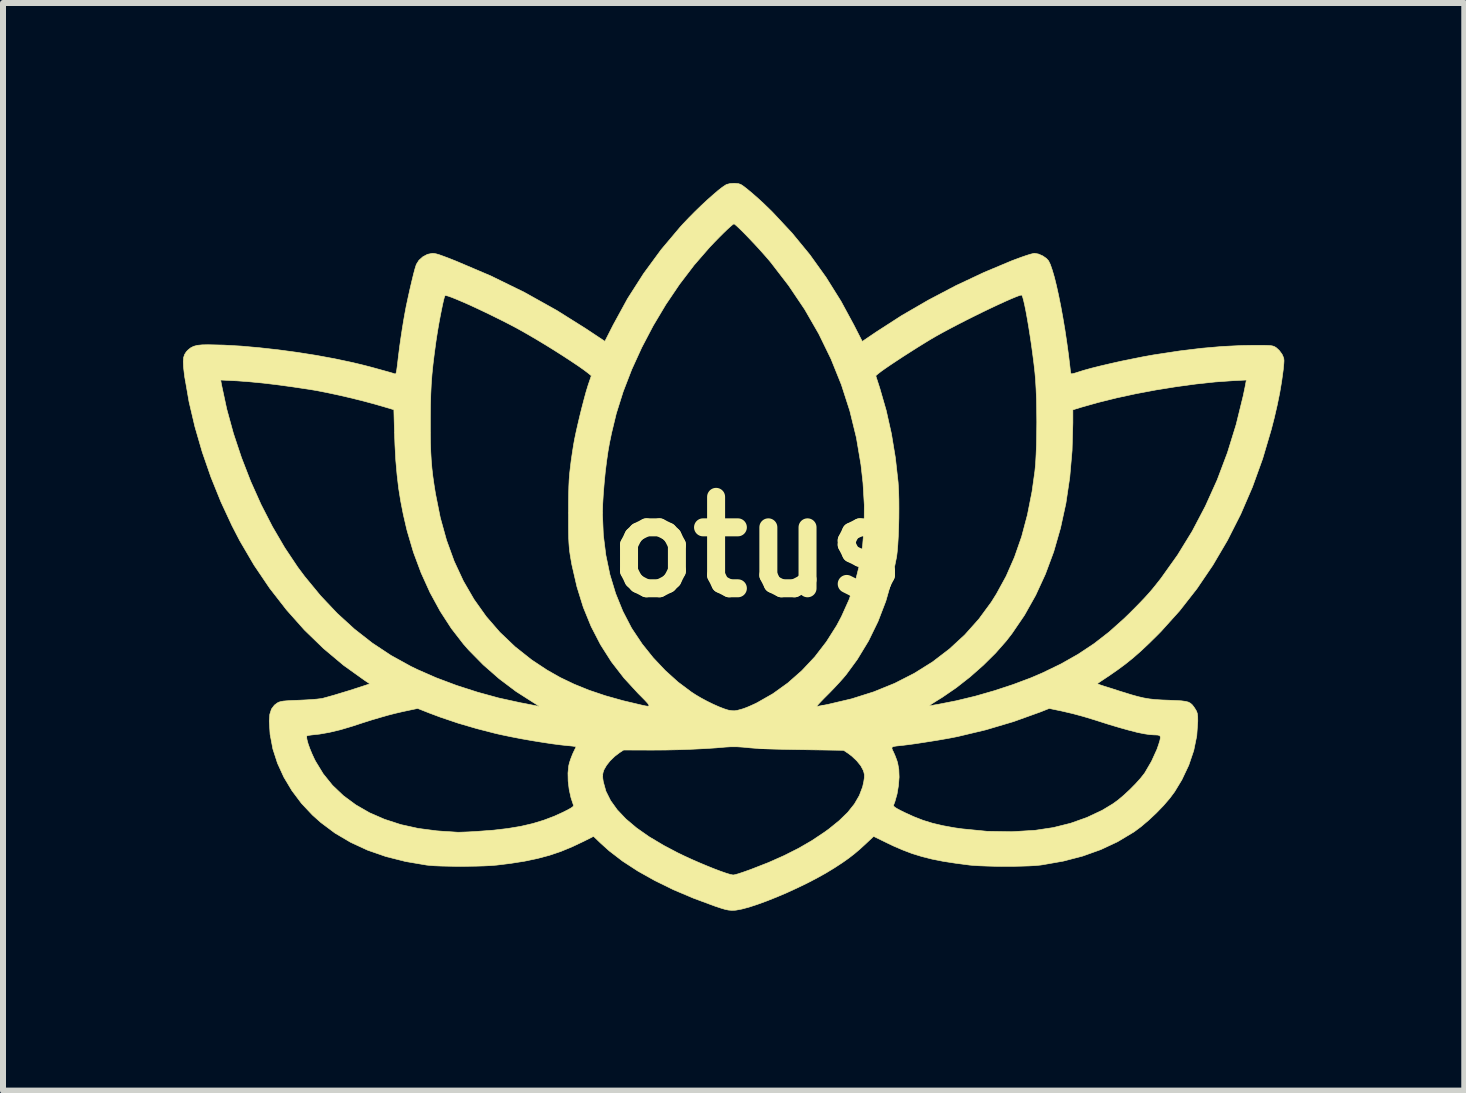
<source format=kicad_pcb>
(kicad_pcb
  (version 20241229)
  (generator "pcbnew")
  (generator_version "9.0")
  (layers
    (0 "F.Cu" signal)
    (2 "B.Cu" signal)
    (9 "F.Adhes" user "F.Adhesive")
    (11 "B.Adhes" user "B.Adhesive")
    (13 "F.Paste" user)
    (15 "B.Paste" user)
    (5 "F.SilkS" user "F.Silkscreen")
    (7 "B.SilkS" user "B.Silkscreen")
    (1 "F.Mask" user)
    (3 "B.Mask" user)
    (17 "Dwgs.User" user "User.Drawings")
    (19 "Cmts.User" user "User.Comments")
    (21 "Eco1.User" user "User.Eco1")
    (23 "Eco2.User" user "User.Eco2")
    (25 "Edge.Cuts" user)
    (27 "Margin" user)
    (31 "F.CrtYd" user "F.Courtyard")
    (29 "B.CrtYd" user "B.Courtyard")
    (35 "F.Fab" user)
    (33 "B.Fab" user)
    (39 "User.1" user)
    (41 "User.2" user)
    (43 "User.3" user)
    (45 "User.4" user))
  (footprint "lotus"
    (layer "F.Cu")
    (at 9.176 6.066)
    (property "Reference" "lotus" (at 0 0 0) (layer "F.SilkS") (effects (font (size 1.524 1.524) (thickness 0.3))))
    (attr through_hole)
    (fp_poly (pts (xy 0.082 -6.055) (xy 0.123 -6.041) (xy 0.171 -6.009) (xy 0.237 -5.957) (xy 0.317 -5.89) (xy 0.407 -5.811) (xy 0.501 -5.725) (xy 0.594 -5.635) (xy 0.65 -5.58) (xy 0.975 -5.232) (xy 1.271 -4.872) (xy 1.542 -4.494) (xy 1.791 -4.096) (xy 2.006 -3.699) (xy 2.146 -3.425) (xy 2.381 -3.584) (xy 2.801 -3.855) (xy 3.246 -4.113) (xy 3.706 -4.355) (xy 4.174 -4.575) (xy 4.639 -4.77) (xy 4.703 -4.794) (xy 4.795 -4.828) (xy 4.879 -4.857) (xy 4.949 -4.879) (xy 4.999 -4.891) (xy 5.016 -4.894) (xy 5.083 -4.882) (xy 5.154 -4.851) (xy 5.216 -4.808) (xy 5.251 -4.769) (xy 5.281 -4.707) (xy 5.313 -4.614) (xy 5.348 -4.495) (xy 5.383 -4.353) (xy 5.419 -4.19) (xy 5.455 -4.011) (xy 5.49 -3.819) (xy 5.524 -3.617) (xy 5.555 -3.409) (xy 5.584 -3.198) (xy 5.609 -2.988) (xy 5.612 -2.958) (xy 5.618 -2.914) (xy 5.625 -2.887) (xy 5.627 -2.885) (xy 5.646 -2.886) (xy 5.687 -2.896) (xy 5.734 -2.911) (xy 5.836 -2.943) (xy 5.966 -2.979) (xy 6.118 -3.017) (xy 6.285 -3.056) (xy 6.463 -3.096) (xy 6.645 -3.133) (xy 6.825 -3.169) (xy 6.998 -3.2) (xy 7.05 -3.208) (xy 7.438 -3.267) (xy 7.801 -3.311) (xy 8.143 -3.341) (xy 8.47 -3.357) (xy 8.645 -3.36) (xy 8.761 -3.36) (xy 8.848 -3.36) (xy 8.911 -3.358) (xy 8.956 -3.355) (xy 8.988 -3.349) (xy 9.012 -3.341) (xy 9.033 -3.329) (xy 9.048 -3.319) (xy 9.095 -3.276) (xy 9.137 -3.22) (xy 9.147 -3.203) (xy 9.162 -3.168) (xy 9.172 -3.138) (xy 9.175 -3.102) (xy 9.172 -3.053) (xy 9.165 -2.981) (xy 9.162 -2.949) (xy 9.136 -2.759) (xy 9.104 -2.568) (xy 9.063 -2.367) (xy 9.013 -2.15) (xy 8.963 -1.956) (xy 8.819 -1.469) (xy 8.649 -0.998) (xy 8.453 -0.544) (xy 8.233 -0.11) (xy 7.989 0.305) (xy 7.723 0.697) (xy 7.435 1.065) (xy 7.126 1.408) (xy 7.074 1.461) (xy 6.924 1.609) (xy 6.788 1.737) (xy 6.659 1.85) (xy 6.531 1.953) (xy 6.397 2.052) (xy 6.25 2.154) (xy 6.231 2.166) (xy 6.167 2.209) (xy 6.114 2.244) (xy 6.078 2.269) (xy 6.065 2.278) (xy 6.076 2.286) (xy 6.113 2.3) (xy 6.166 2.317) (xy 6.166 2.318) (xy 6.225 2.336) (xy 6.305 2.361) (xy 6.396 2.391) (xy 6.489 2.42) (xy 6.494 2.421) (xy 6.628 2.463) (xy 6.739 2.494) (xy 6.837 2.517) (xy 6.931 2.533) (xy 7.03 2.544) (xy 7.143 2.551) (xy 7.256 2.555) (xy 7.374 2.56) (xy 7.464 2.565) (xy 7.531 2.574) (xy 7.58 2.586) (xy 7.617 2.606) (xy 7.647 2.633) (xy 7.676 2.671) (xy 7.695 2.7) (xy 7.718 2.739) (xy 7.731 2.779) (xy 7.737 2.829) (xy 7.738 2.902) (xy 7.738 2.903) (xy 7.721 3.148) (xy 7.671 3.393) (xy 7.588 3.638) (xy 7.473 3.881) (xy 7.352 4.081) (xy 7.27 4.191) (xy 7.166 4.312) (xy 7.047 4.435) (xy 6.92 4.554) (xy 6.793 4.662) (xy 6.672 4.752) (xy 6.663 4.757) (xy 6.401 4.914) (xy 6.121 5.045) (xy 5.819 5.153) (xy 5.496 5.237) (xy 5.149 5.298) (xy 5.114 5.303) (xy 5.031 5.311) (xy 4.922 5.317) (xy 4.792 5.321) (xy 4.65 5.324) (xy 4.501 5.324) (xy 4.353 5.323) (xy 4.213 5.319) (xy 4.087 5.314) (xy 3.982 5.307) (xy 3.937 5.303) (xy 3.701 5.272) (xy 3.494 5.24) (xy 3.308 5.203) (xy 3.138 5.16) (xy 2.978 5.111) (xy 2.823 5.052) (xy 2.665 4.984) (xy 2.577 4.942) (xy 2.335 4.824) (xy 2.199 4.952) (xy 2.103 5.04) (xy 2.013 5.116) (xy 1.92 5.188) (xy 1.817 5.261) (xy 1.693 5.342) (xy 1.671 5.356) (xy 1.536 5.438) (xy 1.385 5.522) (xy 1.223 5.606) (xy 1.055 5.687) (xy 0.883 5.766) (xy 0.713 5.838) (xy 0.549 5.903) (xy 0.396 5.959) (xy 0.258 6.004) (xy 0.138 6.036) (xy 0.042 6.054) (xy 0.017 6.056) (xy -0.034 6.057) (xy -0.083 6.053) (xy -0.137 6.042) (xy -0.205 6.022) (xy -0.295 5.992) (xy -0.305 5.989) (xy -0.664 5.856) (xy -1 5.714) (xy -1.31 5.562) (xy -1.594 5.403) (xy -1.849 5.237) (xy -2.073 5.065) (xy -2.212 4.94) (xy -2.333 4.824) (xy -2.5 4.908) (xy -2.692 4.999) (xy -2.879 5.076) (xy -3.069 5.14) (xy -3.268 5.193) (xy -3.482 5.238) (xy -3.717 5.275) (xy -3.945 5.303) (xy -4.041 5.311) (xy -4.16 5.317) (xy -4.296 5.321) (xy -4.442 5.323) (xy -4.592 5.324) (xy -4.737 5.322) (xy -4.873 5.319) (xy -4.99 5.314) (xy -5.084 5.306) (xy -5.114 5.303) (xy -5.467 5.243) (xy -5.795 5.16) (xy -6.1 5.054) (xy -6.381 4.924) (xy -6.641 4.771) (xy -6.879 4.593) (xy -7.018 4.469) (xy -7.202 4.273) (xy -7.361 4.061) (xy -7.495 3.837) (xy -7.601 3.605) (xy -7.678 3.367) (xy -7.715 3.171) (xy -7.116 3.171) (xy -7.108 3.217) (xy -7.09 3.283) (xy -7.062 3.361) (xy -7.027 3.446) (xy -6.987 3.533) (xy -6.967 3.572) (xy -6.839 3.782) (xy -6.684 3.974) (xy -6.502 4.147) (xy -6.296 4.299) (xy -6.067 4.431) (xy -5.816 4.54) (xy -5.545 4.628) (xy -5.255 4.692) (xy -4.948 4.732) (xy -4.843 4.74) (xy -4.758 4.745) (xy -4.682 4.75) (xy -4.623 4.754) (xy -4.589 4.756) (xy -4.589 4.756) (xy -4.558 4.755) (xy -4.5 4.753) (xy -4.422 4.75) (xy -4.33 4.745) (xy -4.267 4.741) (xy -4 4.721) (xy -3.761 4.693) (xy -3.545 4.657) (xy -3.347 4.611) (xy -3.163 4.555) (xy -2.986 4.488) (xy -2.848 4.425) (xy -2.766 4.384) (xy -2.712 4.354) (xy -2.68 4.332) (xy -2.667 4.315) (xy -2.668 4.304) (xy -2.709 4.18) (xy -2.739 4.044) (xy -2.756 3.904) (xy -2.758 3.808) (xy -2.182 3.808) (xy -2.179 3.858) (xy -2.171 3.913) (xy -2.127 4.072) (xy -2.049 4.228) (xy -1.938 4.382) (xy -1.794 4.534) (xy -1.616 4.684) (xy -1.405 4.832) (xy -1.159 4.978) (xy -0.931 5.098) (xy -0.817 5.153) (xy -0.695 5.209) (xy -0.569 5.264) (xy -0.445 5.316) (xy -0.326 5.364) (xy -0.218 5.405) (xy -0.126 5.437) (xy -0.054 5.459) (xy -0.007 5.468) (xy -0.004 5.468) (xy 0.025 5.463) (xy 0.079 5.448) (xy 0.152 5.424) (xy 0.237 5.394) (xy 0.29 5.375) (xy 0.582 5.261) (xy 0.845 5.144) (xy 1.085 5.023) (xy 1.306 4.895) (xy 1.513 4.757) (xy 1.588 4.703) (xy 1.762 4.562) (xy 1.904 4.424) (xy 2.015 4.285) (xy 2.097 4.144) (xy 2.152 3.999) (xy 2.171 3.913) (xy 2.181 3.846) (xy 2.182 3.798) (xy 2.173 3.756) (xy 2.161 3.721) (xy 2.12 3.645) (xy 2.054 3.564) (xy 1.971 3.486) (xy 1.913 3.442) (xy 1.835 3.39) (xy 1.193 3.38) (xy 1.009 3.377) (xy 0.854 3.374) (xy 0.723 3.371) (xy 0.613 3.368) (xy 0.517 3.364) (xy 0.433 3.36) (xy 0.389 3.357) (xy 2.639 3.357) (xy 2.65 3.387) (xy 2.666 3.418) (xy 2.694 3.482) (xy 2.722 3.557) (xy 2.735 3.598) (xy 2.755 3.708) (xy 2.76 3.837) (xy 2.749 3.977) (xy 2.726 4.117) (xy 2.689 4.248) (xy 2.668 4.303) (xy 2.669 4.318) (xy 2.685 4.336) (xy 2.722 4.36) (xy 2.782 4.392) (xy 2.848 4.425) (xy 3.006 4.497) (xy 3.16 4.557) (xy 3.319 4.606) (xy 3.49 4.646) (xy 3.681 4.681) (xy 3.81 4.699) (xy 4.227 4.74) (xy 4.637 4.747) (xy 5.029 4.723) (xy 5.329 4.678) (xy 5.618 4.606) (xy 5.891 4.509) (xy 6.146 4.389) (xy 6.323 4.282) (xy 6.41 4.219) (xy 6.506 4.138) (xy 6.605 4.046) (xy 6.7 3.95) (xy 6.783 3.858) (xy 6.847 3.777) (xy 6.856 3.764) (xy 6.967 3.574) (xy 7.058 3.374) (xy 7.086 3.293) (xy 7.108 3.221) (xy 7.116 3.174) (xy 7.107 3.148) (xy 7.077 3.136) (xy 7.026 3.133) (xy 7.013 3.133) (xy 6.938 3.128) (xy 6.844 3.114) (xy 6.73 3.091) (xy 6.594 3.056) (xy 6.433 3.011) (xy 6.245 2.955) (xy 6.029 2.886) (xy 6.003 2.878) (xy 5.828 2.825) (xy 5.654 2.778) (xy 5.465 2.734) (xy 5.387 2.718) (xy 5.262 2.692) (xy 5.116 2.75) (xy 4.668 2.911) (xy 4.203 3.049) (xy 3.733 3.161) (xy 3.616 3.184) (xy 3.521 3.201) (xy 3.406 3.221) (xy 3.281 3.241) (xy 3.153 3.261) (xy 3.029 3.28) (xy 2.919 3.295) (xy 2.83 3.306) (xy 2.794 3.31) (xy 2.716 3.318) (xy 2.667 3.326) (xy 2.643 3.338) (xy 2.639 3.357) (xy 0.389 3.357) (xy 0.354 3.355) (xy 0.277 3.349) (xy 0.197 3.341) (xy 0.152 3.337) (xy 0.057 3.331) (xy -0.049 3.331) (xy -0.135 3.336) (xy -0.298 3.35) (xy -0.487 3.362) (xy -0.694 3.372) (xy -0.912 3.38) (xy -1.132 3.385) (xy -1.348 3.386) (xy -1.386 3.386) (xy -1.832 3.385) (xy -1.898 3.428) (xy -1.981 3.491) (xy -2.057 3.565) (xy -2.118 3.642) (xy -2.158 3.712) (xy -2.16 3.716) (xy -2.176 3.765) (xy -2.182 3.808) (xy -2.758 3.808) (xy -2.759 3.769) (xy -2.747 3.65) (xy -2.735 3.598) (xy -2.711 3.527) (xy -2.682 3.453) (xy -2.666 3.418) (xy -2.643 3.371) (xy -2.628 3.339) (xy -2.625 3.33) (xy -2.64 3.326) (xy -2.681 3.32) (xy -2.74 3.314) (xy -2.756 3.313) (xy -2.877 3.3) (xy -3.024 3.281) (xy -3.188 3.256) (xy -3.362 3.228) (xy -3.538 3.197) (xy -3.709 3.164) (xy -3.867 3.131) (xy -3.965 3.109) (xy -4.28 3.028) (xy -4.591 2.937) (xy -4.887 2.837) (xy -5.074 2.767) (xy -5.264 2.692) (xy -5.388 2.718) (xy -5.515 2.745) (xy -5.635 2.773) (xy -5.756 2.804) (xy -5.882 2.84) (xy -6.022 2.881) (xy -6.18 2.931) (xy -6.357 2.989) (xy -6.552 3.047) (xy -6.737 3.091) (xy -6.902 3.12) (xy -6.968 3.127) (xy -7.031 3.134) (xy -7.082 3.141) (xy -7.11 3.148) (xy -7.111 3.149) (xy -7.116 3.171) (xy -7.715 3.171) (xy -7.724 3.126) (xy -7.738 2.901) (xy -7.729 2.789) (xy -7.701 2.702) (xy -7.652 2.637) (xy -7.603 2.6) (xy -7.578 2.587) (xy -7.547 2.578) (xy -7.507 2.57) (xy -7.45 2.565) (xy -7.372 2.56) (xy -7.267 2.556) (xy -7.239 2.555) (xy -7.134 2.55) (xy -7.034 2.544) (xy -6.948 2.537) (xy -6.882 2.529) (xy -6.85 2.524) (xy -6.766 2.501) (xy -6.659 2.471) (xy -6.537 2.434) (xy -6.408 2.395) (xy -6.281 2.354) (xy -6.243 2.342) (xy -6.061 2.282) (xy -6.147 2.225) (xy -6.498 1.974) (xy -6.833 1.693) (xy -7.151 1.385) (xy -7.45 1.049) (xy -7.731 0.688) (xy -7.992 0.302) (xy -8.232 -0.108) (xy -8.36 -0.356) (xy -8.544 -0.752) (xy -8.71 -1.163) (xy -8.855 -1.582) (xy -8.977 -2.002) (xy -9.075 -2.419) (xy -9.138 -2.782) (xy -8.548 -2.782) (xy -8.533 -2.699) (xy -8.447 -2.298) (xy -8.336 -1.893) (xy -8.202 -1.49) (xy -8.048 -1.093) (xy -7.875 -0.707) (xy -7.685 -0.337) (xy -7.481 0.012) (xy -7.264 0.337) (xy -7.149 0.491) (xy -6.882 0.815) (xy -6.607 1.106) (xy -6.32 1.368) (xy -6.021 1.602) (xy -5.708 1.809) (xy -5.378 1.991) (xy -5.271 2.043) (xy -4.956 2.181) (xy -4.618 2.308) (xy -4.267 2.421) (xy -3.913 2.518) (xy -3.566 2.594) (xy -3.548 2.598) (xy -3.471 2.612) (xy -3.397 2.627) (xy -3.34 2.638) (xy -3.336 2.639) (xy -3.286 2.649) (xy -3.251 2.655) (xy -3.243 2.656) (xy -3.248 2.649) (xy -3.277 2.63) (xy -3.324 2.601) (xy -3.338 2.592) (xy -3.626 2.408) (xy -3.907 2.196) (xy -4.172 1.964) (xy -4.414 1.718) (xy -4.501 1.619) (xy -4.703 1.358) (xy -4.889 1.071) (xy -5.058 0.761) (xy -5.207 0.432) (xy -5.335 0.088) (xy -5.439 -0.265) (xy -5.451 -0.313) (xy -5.504 -0.542) (xy -5.547 -0.762) (xy -5.582 -0.98) (xy -5.608 -1.204) (xy -5.629 -1.441) (xy -5.643 -1.7) (xy -5.65 -1.893) (xy -5.656 -2.1) (xy -5.053 -2.1) (xy -5.053 -1.902) (xy -5.051 -1.731) (xy -5.046 -1.581) (xy -5.038 -1.443) (xy -5.027 -1.312) (xy -5.012 -1.18) (xy -4.992 -1.04) (xy -4.968 -0.889) (xy -4.888 -0.489) (xy -4.784 -0.114) (xy -4.656 0.239) (xy -4.503 0.568) (xy -4.325 0.875) (xy -4.123 1.159) (xy -3.895 1.422) (xy -3.642 1.663) (xy -3.364 1.883) (xy -3.107 2.053) (xy -2.888 2.177) (xy -2.656 2.288) (xy -2.407 2.389) (xy -2.137 2.48) (xy -1.841 2.563) (xy -1.524 2.638) (xy -1.467 2.65) (xy -1.429 2.655) (xy -1.409 2.65) (xy -1.411 2.634) (xy -1.433 2.603) (xy -1.477 2.555) (xy -1.544 2.487) (xy -1.588 2.443) (xy -1.826 2.184) (xy -2.035 1.914) (xy -2.217 1.628) (xy -2.373 1.326) (xy -2.504 1.005) (xy -2.61 0.663) (xy -2.694 0.298) (xy -2.712 0.195) (xy -2.723 0.129) (xy -2.732 0.068) (xy -2.738 0.007) (xy -2.743 -0.06) (xy -2.747 -0.138) (xy -2.749 -0.231) (xy -2.75 -0.345) (xy -2.75 -0.486) (xy -2.75 -0.539) (xy -2.184 -0.539) (xy -2.17 -0.199) (xy -2.128 0.137) (xy -2.06 0.463) (xy -1.965 0.776) (xy -1.845 1.072) (xy -1.702 1.348) (xy -1.681 1.381) (xy -1.522 1.619) (xy -1.339 1.847) (xy -1.138 2.06) (xy -0.924 2.253) (xy -0.702 2.419) (xy -0.625 2.469) (xy -0.538 2.52) (xy -0.441 2.572) (xy -0.339 2.622) (xy -0.242 2.665) (xy -0.157 2.698) (xy -0.091 2.719) (xy -0.076 2.722) (xy -0.024 2.73) (xy 0.019 2.731) (xy 0.064 2.724) (xy 0.123 2.708) (xy 0.161 2.697) (xy 0.215 2.677) (xy 0.259 2.659) (xy 1.387 2.659) (xy 1.409 2.655) (xy 1.423 2.653) (xy 3.258 2.653) (xy 3.26 2.652) (xy 3.294 2.645) (xy 3.348 2.634) (xy 3.404 2.625) (xy 3.71 2.565) (xy 4.029 2.488) (xy 4.349 2.396) (xy 4.662 2.293) (xy 4.958 2.182) (xy 5.149 2.1) (xy 5.461 1.949) (xy 5.745 1.788) (xy 6.01 1.612) (xy 6.261 1.417) (xy 6.506 1.198) (xy 6.589 1.118) (xy 6.697 1.01) (xy 6.786 0.919) (xy 6.86 0.841) (xy 6.925 0.769) (xy 6.986 0.698) (xy 7.048 0.621) (xy 7.116 0.535) (xy 7.136 0.508) (xy 7.401 0.136) (xy 7.645 -0.261) (xy 7.865 -0.68) (xy 8.062 -1.117) (xy 8.233 -1.571) (xy 8.378 -2.04) (xy 8.496 -2.52) (xy 8.526 -2.665) (xy 8.548 -2.782) (xy 8.327 -2.771) (xy 8.03 -2.75) (xy 7.711 -2.716) (xy 7.38 -2.671) (xy 7.043 -2.617) (xy 6.708 -2.554) (xy 6.384 -2.484) (xy 6.078 -2.408) (xy 5.798 -2.329) (xy 5.795 -2.328) (xy 5.656 -2.285) (xy 5.656 -2.069) (xy 5.643 -1.606) (xy 5.604 -1.158) (xy 5.54 -0.727) (xy 5.45 -0.314) (xy 5.337 0.08) (xy 5.198 0.454) (xy 5.036 0.806) (xy 4.85 1.137) (xy 4.641 1.444) (xy 4.544 1.569) (xy 4.367 1.77) (xy 4.164 1.971) (xy 3.943 2.166) (xy 3.712 2.347) (xy 3.477 2.508) (xy 3.407 2.551) (xy 3.342 2.592) (xy 3.293 2.624) (xy 3.263 2.645) (xy 3.258 2.653) (xy 1.423 2.653) (xy 1.456 2.647) (xy 1.522 2.635) (xy 1.577 2.624) (xy 1.968 2.532) (xy 2.338 2.415) (xy 2.687 2.273) (xy 3.014 2.106) (xy 3.318 1.916) (xy 3.599 1.701) (xy 3.856 1.464) (xy 4.089 1.203) (xy 4.297 0.92) (xy 4.382 0.784) (xy 4.544 0.488) (xy 4.683 0.171) (xy 4.802 -0.17) (xy 4.899 -0.535) (xy 4.976 -0.924) (xy 5.023 -1.262) (xy 5.035 -1.384) (xy 5.043 -1.535) (xy 5.05 -1.705) (xy 5.053 -1.89) (xy 5.055 -2.081) (xy 5.053 -2.274) (xy 5.05 -2.46) (xy 5.043 -2.633) (xy 5.034 -2.788) (xy 5.024 -2.904) (xy 5.007 -3.055) (xy 4.987 -3.211) (xy 4.966 -3.367) (xy 4.943 -3.519) (xy 4.92 -3.665) (xy 4.897 -3.801) (xy 4.875 -3.922) (xy 4.854 -4.026) (xy 4.835 -4.109) (xy 4.819 -4.167) (xy 4.806 -4.196) (xy 4.801 -4.199) (xy 4.769 -4.192) (xy 4.71 -4.17) (xy 4.628 -4.136) (xy 4.528 -4.092) (xy 4.412 -4.039) (xy 4.284 -3.979) (xy 4.149 -3.914) (xy 4.009 -3.845) (xy 3.869 -3.775) (xy 3.731 -3.704) (xy 3.601 -3.636) (xy 3.48 -3.571) (xy 3.374 -3.512) (xy 3.362 -3.505) (xy 3.276 -3.455) (xy 3.175 -3.393) (xy 3.065 -3.325) (xy 2.95 -3.252) (xy 2.834 -3.178) (xy 2.723 -3.105) (xy 2.622 -3.038) (xy 2.534 -2.978) (xy 2.466 -2.93) (xy 2.421 -2.895) (xy 2.417 -2.893) (xy 2.371 -2.853) (xy 2.439 -2.642) (xy 2.545 -2.274) (xy 2.632 -1.886) (xy 2.698 -1.485) (xy 2.743 -1.081) (xy 2.745 -1.05) (xy 2.752 -0.931) (xy 2.756 -0.792) (xy 2.757 -0.639) (xy 2.756 -0.48) (xy 2.752 -0.322) (xy 2.746 -0.17) (xy 2.738 -0.033) (xy 2.728 0.083) (xy 2.719 0.16) (xy 2.642 0.541) (xy 2.539 0.902) (xy 2.408 1.243) (xy 2.25 1.567) (xy 2.063 1.875) (xy 1.88 2.125) (xy 1.829 2.186) (xy 1.761 2.262) (xy 1.683 2.346) (xy 1.604 2.428) (xy 1.572 2.46) (xy 1.507 2.525) (xy 1.452 2.582) (xy 1.412 2.625) (xy 1.39 2.652) (xy 1.387 2.659) (xy 0.259 2.659) (xy 0.286 2.647) (xy 0.363 2.612) (xy 0.393 2.597) (xy 0.656 2.447) (xy 0.905 2.268) (xy 1.139 2.062) (xy 1.355 1.832) (xy 1.549 1.58) (xy 1.72 1.31) (xy 1.8 1.159) (xy 1.926 0.879) (xy 2.026 0.591) (xy 2.101 0.291) (xy 2.152 -0.023) (xy 2.178 -0.353) (xy 2.18 -0.7) (xy 2.158 -1.069) (xy 2.124 -1.372) (xy 2.048 -1.822) (xy 1.939 -2.267) (xy 1.798 -2.704) (xy 1.625 -3.133) (xy 1.421 -3.552) (xy 1.186 -3.96) (xy 0.92 -4.355) (xy 0.626 -4.737) (xy 0.599 -4.77) (xy 0.537 -4.842) (xy 0.466 -4.922) (xy 0.39 -5.006) (xy 0.311 -5.09) (xy 0.235 -5.17) (xy 0.164 -5.243) (xy 0.102 -5.304) (xy 0.052 -5.351) (xy 0.019 -5.379) (xy 0.007 -5.385) (xy -0.013 -5.373) (xy -0.052 -5.34) (xy -0.107 -5.29) (xy -0.173 -5.226) (xy -0.246 -5.153) (xy -0.324 -5.073) (xy -0.398 -4.995) (xy -0.656 -4.698) (xy -0.9 -4.378) (xy -1.129 -4.039) (xy -1.339 -3.687) (xy -1.529 -3.325) (xy -1.697 -2.957) (xy -1.839 -2.589) (xy -1.954 -2.224) (xy -2.034 -1.893) (xy -2.048 -1.823) (xy -2.063 -1.752) (xy -2.068 -1.728) (xy -2.092 -1.591) (xy -2.115 -1.431) (xy -2.137 -1.254) (xy -2.155 -1.07) (xy -2.17 -0.888) (xy -2.18 -0.717) (xy -2.184 -0.566) (xy -2.184 -0.539) (xy -2.75 -0.539) (xy -2.75 -0.567) (xy -2.75 -0.737) (xy -2.748 -0.88) (xy -2.745 -1.003) (xy -2.74 -1.113) (xy -2.732 -1.217) (xy -2.72 -1.323) (xy -2.706 -1.438) (xy -2.687 -1.567) (xy -2.666 -1.702) (xy -2.649 -1.795) (xy -2.625 -1.911) (xy -2.595 -2.043) (xy -2.562 -2.183) (xy -2.527 -2.324) (xy -2.492 -2.458) (xy -2.46 -2.576) (xy -2.431 -2.672) (xy -2.422 -2.701) (xy -2.37 -2.853) (xy -2.417 -2.892) (xy -2.489 -2.947) (xy -2.587 -3.016) (xy -2.705 -3.095) (xy -2.838 -3.182) (xy -2.981 -3.273) (xy -3.131 -3.366) (xy -3.282 -3.457) (xy -3.429 -3.543) (xy -3.513 -3.591) (xy -3.623 -3.652) (xy -3.745 -3.716) (xy -3.875 -3.782) (xy -4.008 -3.848) (xy -4.142 -3.913) (xy -4.273 -3.975) (xy -4.398 -4.033) (xy -4.512 -4.083) (xy -4.613 -4.126) (xy -4.697 -4.16) (xy -4.76 -4.182) (xy -4.798 -4.191) (xy -4.808 -4.19) (xy -4.818 -4.167) (xy -4.832 -4.115) (xy -4.849 -4.04) (xy -4.868 -3.948) (xy -4.889 -3.842) (xy -4.91 -3.729) (xy -4.93 -3.613) (xy -4.948 -3.5) (xy -4.96 -3.421) (xy -4.987 -3.22) (xy -5.009 -3.041) (xy -5.026 -2.874) (xy -5.038 -2.712) (xy -5.046 -2.546) (xy -5.051 -2.365) (xy -5.053 -2.162) (xy -5.053 -2.1) (xy -5.656 -2.1) (xy -5.661 -2.287) (xy -5.798 -2.328) (xy -5.974 -2.379) (xy -6.167 -2.431) (xy -6.371 -2.482) (xy -6.574 -2.529) (xy -6.77 -2.571) (xy -6.948 -2.606) (xy -7.061 -2.625) (xy -7.355 -2.669) (xy -7.62 -2.705) (xy -7.86 -2.733) (xy -8.079 -2.754) (xy -8.282 -2.769) (xy -8.334 -2.771) (xy -8.548 -2.782) (xy -9.138 -2.782) (xy -9.146 -2.825) (xy -9.154 -2.884) (xy -9.167 -2.999) (xy -9.171 -3.088) (xy -9.166 -3.156) (xy -9.149 -3.208) (xy -9.121 -3.252) (xy -9.097 -3.278) (xy -9.05 -3.317) (xy -9 -3.343) (xy -8.938 -3.36) (xy -8.857 -3.368) (xy -8.759 -3.37) (xy -8.499 -3.364) (xy -8.213 -3.348) (xy -7.909 -3.321) (xy -7.593 -3.286) (xy -7.273 -3.243) (xy -6.955 -3.193) (xy -6.646 -3.136) (xy -6.353 -3.074) (xy -6.198 -3.037) (xy -6.131 -3.02) (xy -6.05 -2.999) (xy -5.962 -2.975) (xy -5.872 -2.95) (xy -5.789 -2.927) (xy -5.72 -2.908) (xy -5.671 -2.893) (xy -5.653 -2.887) (xy -5.642 -2.883) (xy -5.634 -2.883) (xy -5.627 -2.892) (xy -5.62 -2.914) (xy -5.613 -2.952) (xy -5.605 -3.011) (xy -5.595 -3.094) (xy -5.582 -3.207) (xy -5.579 -3.226) (xy -5.564 -3.346) (xy -5.544 -3.485) (xy -5.522 -3.63) (xy -5.499 -3.773) (xy -5.476 -3.902) (xy -5.456 -4.009) (xy -5.455 -4.013) (xy -5.422 -4.167) (xy -5.39 -4.311) (xy -5.359 -4.442) (xy -5.332 -4.553) (xy -5.308 -4.642) (xy -5.289 -4.702) (xy -5.286 -4.71) (xy -5.243 -4.778) (xy -5.178 -4.836) (xy -5.101 -4.877) (xy -5.022 -4.893) (xy -5.017 -4.893) (xy -4.988 -4.891) (xy -4.952 -4.884) (xy -4.904 -4.87) (xy -4.84 -4.847) (xy -4.754 -4.815) (xy -4.643 -4.771) (xy -4.623 -4.763) (xy -4.047 -4.518) (xy -3.487 -4.244) (xy -2.946 -3.942) (xy -2.465 -3.64) (xy -2.144 -3.427) (xy -2.006 -3.699) (xy -1.766 -4.138) (xy -1.498 -4.557) (xy -1.206 -4.955) (xy -0.89 -5.33) (xy -0.84 -5.385) (xy -0.744 -5.486) (xy -0.643 -5.588) (xy -0.54 -5.688) (xy -0.439 -5.782) (xy -0.343 -5.867) (xy -0.258 -5.94) (xy -0.186 -5.996) (xy -0.131 -6.033) (xy -0.114 -6.042) (xy -0.055 -6.057) (xy 0.016 -6.061) (xy 0.082 -6.055)) (stroke (width 0.01) (type solid)) (fill yes) (layer "F.SilkS")))
  (gr_rect
    (start -3 -3)
    (end 21.356 15.128)
    (stroke (width 0.1) (type default))
    (fill no)
    (layer "Edge.Cuts")))
</source>
